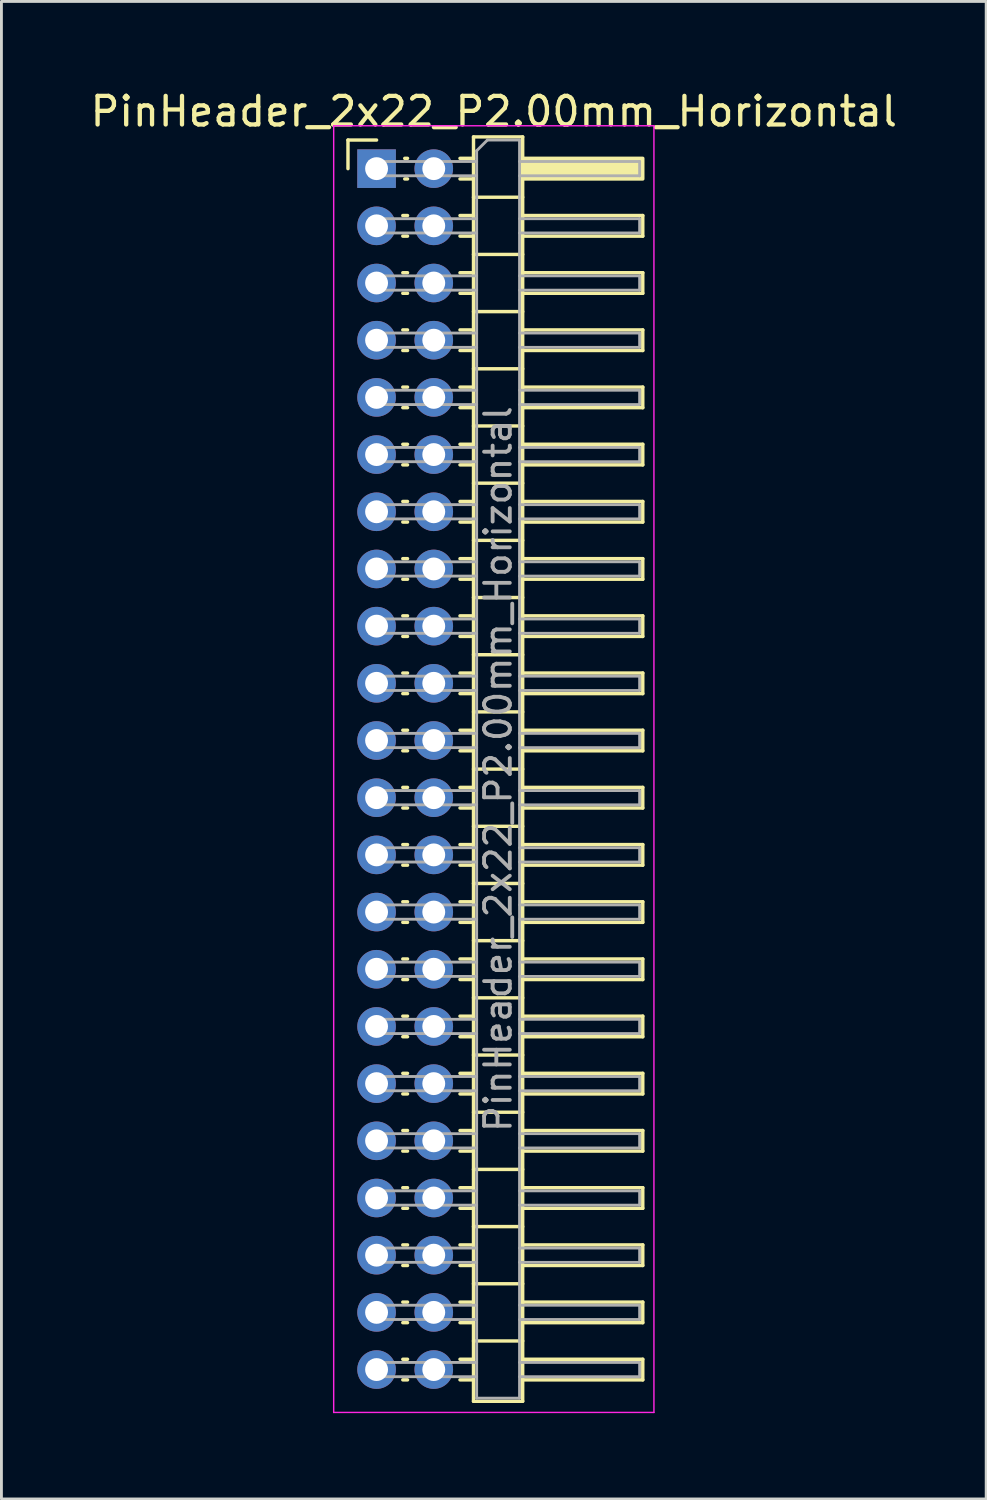
<source format=kicad_pcb>
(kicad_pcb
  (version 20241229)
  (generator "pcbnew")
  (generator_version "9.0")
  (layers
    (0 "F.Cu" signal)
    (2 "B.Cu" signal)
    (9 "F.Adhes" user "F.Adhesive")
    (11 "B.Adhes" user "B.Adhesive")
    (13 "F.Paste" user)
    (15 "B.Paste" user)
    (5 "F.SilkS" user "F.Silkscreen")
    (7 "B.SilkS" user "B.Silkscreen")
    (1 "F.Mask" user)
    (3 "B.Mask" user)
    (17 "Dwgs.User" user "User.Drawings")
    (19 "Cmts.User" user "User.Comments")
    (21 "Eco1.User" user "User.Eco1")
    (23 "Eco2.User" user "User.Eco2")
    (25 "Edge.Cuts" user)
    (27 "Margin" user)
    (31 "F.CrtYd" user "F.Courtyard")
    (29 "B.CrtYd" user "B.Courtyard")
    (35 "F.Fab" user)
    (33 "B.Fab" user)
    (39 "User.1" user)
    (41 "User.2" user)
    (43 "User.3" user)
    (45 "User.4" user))
  (footprint "PinHeader_2x22_P2.00mm_Horizontal"
    (layer "F.Cu")
    (at 10.12 2.848)
    (property "Reference" "PinHeader_2x22_P2.00mm_Horizontal" (at 4.1 -2 0) (layer "F.SilkS") (effects (font (size 1 1) (thickness 0.15))))
    (attr through_hole)
    (fp_line (start -1 -1) (end 0 -1) (stroke (width 0.12) (type solid)) (layer "F.SilkS"))
    (fp_line (start -1 0) (end -1 -1) (stroke (width 0.12) (type solid)) (layer "F.SilkS"))
    (fp_line (start 0.917 1.64) (end 1.083 1.64) (stroke (width 0.12) (type solid)) (layer "F.SilkS"))
    (fp_line (start 0.917 2.36) (end 1.083 2.36) (stroke (width 0.12) (type solid)) (layer "F.SilkS"))
    (fp_line (start 0.917 3.64) (end 1.083 3.64) (stroke (width 0.12) (type solid)) (layer "F.SilkS"))
    (fp_line (start 0.917 4.36) (end 1.083 4.36) (stroke (width 0.12) (type solid)) (layer "F.SilkS"))
    (fp_line (start 0.917 5.64) (end 1.083 5.64) (stroke (width 0.12) (type solid)) (layer "F.SilkS"))
    (fp_line (start 0.917 6.36) (end 1.083 6.36) (stroke (width 0.12) (type solid)) (layer "F.SilkS"))
    (fp_line (start 0.917 7.64) (end 1.083 7.64) (stroke (width 0.12) (type solid)) (layer "F.SilkS"))
    (fp_line (start 0.917 8.36) (end 1.083 8.36) (stroke (width 0.12) (type solid)) (layer "F.SilkS"))
    (fp_line (start 0.917 9.64) (end 1.083 9.64) (stroke (width 0.12) (type solid)) (layer "F.SilkS"))
    (fp_line (start 0.917 10.36) (end 1.083 10.36) (stroke (width 0.12) (type solid)) (layer "F.SilkS"))
    (fp_line (start 0.917 11.64) (end 1.083 11.64) (stroke (width 0.12) (type solid)) (layer "F.SilkS"))
    (fp_line (start 0.917 12.36) (end 1.083 12.36) (stroke (width 0.12) (type solid)) (layer "F.SilkS"))
    (fp_line (start 0.917 13.64) (end 1.083 13.64) (stroke (width 0.12) (type solid)) (layer "F.SilkS"))
    (fp_line (start 0.917 14.36) (end 1.083 14.36) (stroke (width 0.12) (type solid)) (layer "F.SilkS"))
    (fp_line (start 0.917 15.64) (end 1.083 15.64) (stroke (width 0.12) (type solid)) (layer "F.SilkS"))
    (fp_line (start 0.917 16.36) (end 1.083 16.36) (stroke (width 0.12) (type solid)) (layer "F.SilkS"))
    (fp_line (start 0.917 17.64) (end 1.083 17.64) (stroke (width 0.12) (type solid)) (layer "F.SilkS"))
    (fp_line (start 0.917 18.36) (end 1.083 18.36) (stroke (width 0.12) (type solid)) (layer "F.SilkS"))
    (fp_line (start 0.917 19.64) (end 1.083 19.64) (stroke (width 0.12) (type solid)) (layer "F.SilkS"))
    (fp_line (start 0.917 20.36) (end 1.083 20.36) (stroke (width 0.12) (type solid)) (layer "F.SilkS"))
    (fp_line (start 0.917 21.64) (end 1.083 21.64) (stroke (width 0.12) (type solid)) (layer "F.SilkS"))
    (fp_line (start 0.917 22.36) (end 1.083 22.36) (stroke (width 0.12) (type solid)) (layer "F.SilkS"))
    (fp_line (start 0.917 23.64) (end 1.083 23.64) (stroke (width 0.12) (type solid)) (layer "F.SilkS"))
    (fp_line (start 0.917 24.36) (end 1.083 24.36) (stroke (width 0.12) (type solid)) (layer "F.SilkS"))
    (fp_line (start 0.917 25.64) (end 1.083 25.64) (stroke (width 0.12) (type solid)) (layer "F.SilkS"))
    (fp_line (start 0.917 26.36) (end 1.083 26.36) (stroke (width 0.12) (type solid)) (layer "F.SilkS"))
    (fp_line (start 0.917 27.64) (end 1.083 27.64) (stroke (width 0.12) (type solid)) (layer "F.SilkS"))
    (fp_line (start 0.917 28.36) (end 1.083 28.36) (stroke (width 0.12) (type solid)) (layer "F.SilkS"))
    (fp_line (start 0.917 29.64) (end 1.083 29.64) (stroke (width 0.12) (type solid)) (layer "F.SilkS"))
    (fp_line (start 0.917 30.36) (end 1.083 30.36) (stroke (width 0.12) (type solid)) (layer "F.SilkS"))
    (fp_line (start 0.917 31.64) (end 1.083 31.64) (stroke (width 0.12) (type solid)) (layer "F.SilkS"))
    (fp_line (start 0.917 32.36) (end 1.083 32.36) (stroke (width 0.12) (type solid)) (layer "F.SilkS"))
    (fp_line (start 0.917 33.64) (end 1.083 33.64) (stroke (width 0.12) (type solid)) (layer "F.SilkS"))
    (fp_line (start 0.917 34.36) (end 1.083 34.36) (stroke (width 0.12) (type solid)) (layer "F.SilkS"))
    (fp_line (start 0.917 35.64) (end 1.083 35.64) (stroke (width 0.12) (type solid)) (layer "F.SilkS"))
    (fp_line (start 0.917 36.36) (end 1.083 36.36) (stroke (width 0.12) (type solid)) (layer "F.SilkS"))
    (fp_line (start 0.917 37.64) (end 1.083 37.64) (stroke (width 0.12) (type solid)) (layer "F.SilkS"))
    (fp_line (start 0.917 38.36) (end 1.083 38.36) (stroke (width 0.12) (type solid)) (layer "F.SilkS"))
    (fp_line (start 0.917 39.64) (end 1.083 39.64) (stroke (width 0.12) (type solid)) (layer "F.SilkS"))
    (fp_line (start 0.917 40.36) (end 1.083 40.36) (stroke (width 0.12) (type solid)) (layer "F.SilkS"))
    (fp_line (start 0.917 41.64) (end 1.083 41.64) (stroke (width 0.12) (type solid)) (layer "F.SilkS"))
    (fp_line (start 0.917 42.36) (end 1.083 42.36) (stroke (width 0.12) (type solid)) (layer "F.SilkS"))
    (fp_line (start 0.985 -0.36) (end 1.083 -0.36) (stroke (width 0.12) (type solid)) (layer "F.SilkS"))
    (fp_line (start 0.985 0.36) (end 1.083 0.36) (stroke (width 0.12) (type solid)) (layer "F.SilkS"))
    (fp_line (start 2.917 -0.36) (end 3.39 -0.36) (stroke (width 0.12) (type solid)) (layer "F.SilkS"))
    (fp_line (start 2.917 0.36) (end 3.39 0.36) (stroke (width 0.12) (type solid)) (layer "F.SilkS"))
    (fp_line (start 2.917 1.64) (end 3.39 1.64) (stroke (width 0.12) (type solid)) (layer "F.SilkS"))
    (fp_line (start 2.917 2.36) (end 3.39 2.36) (stroke (width 0.12) (type solid)) (layer "F.SilkS"))
    (fp_line (start 2.917 3.64) (end 3.39 3.64) (stroke (width 0.12) (type solid)) (layer "F.SilkS"))
    (fp_line (start 2.917 4.36) (end 3.39 4.36) (stroke (width 0.12) (type solid)) (layer "F.SilkS"))
    (fp_line (start 2.917 5.64) (end 3.39 5.64) (stroke (width 0.12) (type solid)) (layer "F.SilkS"))
    (fp_line (start 2.917 6.36) (end 3.39 6.36) (stroke (width 0.12) (type solid)) (layer "F.SilkS"))
    (fp_line (start 2.917 7.64) (end 3.39 7.64) (stroke (width 0.12) (type solid)) (layer "F.SilkS"))
    (fp_line (start 2.917 8.36) (end 3.39 8.36) (stroke (width 0.12) (type solid)) (layer "F.SilkS"))
    (fp_line (start 2.917 9.64) (end 3.39 9.64) (stroke (width 0.12) (type solid)) (layer "F.SilkS"))
    (fp_line (start 2.917 10.36) (end 3.39 10.36) (stroke (width 0.12) (type solid)) (layer "F.SilkS"))
    (fp_line (start 2.917 11.64) (end 3.39 11.64) (stroke (width 0.12) (type solid)) (layer "F.SilkS"))
    (fp_line (start 2.917 12.36) (end 3.39 12.36) (stroke (width 0.12) (type solid)) (layer "F.SilkS"))
    (fp_line (start 2.917 13.64) (end 3.39 13.64) (stroke (width 0.12) (type solid)) (layer "F.SilkS"))
    (fp_line (start 2.917 14.36) (end 3.39 14.36) (stroke (width 0.12) (type solid)) (layer "F.SilkS"))
    (fp_line (start 2.917 15.64) (end 3.39 15.64) (stroke (width 0.12) (type solid)) (layer "F.SilkS"))
    (fp_line (start 2.917 16.36) (end 3.39 16.36) (stroke (width 0.12) (type solid)) (layer "F.SilkS"))
    (fp_line (start 2.917 17.64) (end 3.39 17.64) (stroke (width 0.12) (type solid)) (layer "F.SilkS"))
    (fp_line (start 2.917 18.36) (end 3.39 18.36) (stroke (width 0.12) (type solid)) (layer "F.SilkS"))
    (fp_line (start 2.917 19.64) (end 3.39 19.64) (stroke (width 0.12) (type solid)) (layer "F.SilkS"))
    (fp_line (start 2.917 20.36) (end 3.39 20.36) (stroke (width 0.12) (type solid)) (layer "F.SilkS"))
    (fp_line (start 2.917 21.64) (end 3.39 21.64) (stroke (width 0.12) (type solid)) (layer "F.SilkS"))
    (fp_line (start 2.917 22.36) (end 3.39 22.36) (stroke (width 0.12) (type solid)) (layer "F.SilkS"))
    (fp_line (start 2.917 23.64) (end 3.39 23.64) (stroke (width 0.12) (type solid)) (layer "F.SilkS"))
    (fp_line (start 2.917 24.36) (end 3.39 24.36) (stroke (width 0.12) (type solid)) (layer "F.SilkS"))
    (fp_line (start 2.917 25.64) (end 3.39 25.64) (stroke (width 0.12) (type solid)) (layer "F.SilkS"))
    (fp_line (start 2.917 26.36) (end 3.39 26.36) (stroke (width 0.12) (type solid)) (layer "F.SilkS"))
    (fp_line (start 2.917 27.64) (end 3.39 27.64) (stroke (width 0.12) (type solid)) (layer "F.SilkS"))
    (fp_line (start 2.917 28.36) (end 3.39 28.36) (stroke (width 0.12) (type solid)) (layer "F.SilkS"))
    (fp_line (start 2.917 29.64) (end 3.39 29.64) (stroke (width 0.12) (type solid)) (layer "F.SilkS"))
    (fp_line (start 2.917 30.36) (end 3.39 30.36) (stroke (width 0.12) (type solid)) (layer "F.SilkS"))
    (fp_line (start 2.917 31.64) (end 3.39 31.64) (stroke (width 0.12) (type solid)) (layer "F.SilkS"))
    (fp_line (start 2.917 32.36) (end 3.39 32.36) (stroke (width 0.12) (type solid)) (layer "F.SilkS"))
    (fp_line (start 2.917 33.64) (end 3.39 33.64) (stroke (width 0.12) (type solid)) (layer "F.SilkS"))
    (fp_line (start 2.917 34.36) (end 3.39 34.36) (stroke (width 0.12) (type solid)) (layer "F.SilkS"))
    (fp_line (start 2.917 35.64) (end 3.39 35.64) (stroke (width 0.12) (type solid)) (layer "F.SilkS"))
    (fp_line (start 2.917 36.36) (end 3.39 36.36) (stroke (width 0.12) (type solid)) (layer "F.SilkS"))
    (fp_line (start 2.917 37.64) (end 3.39 37.64) (stroke (width 0.12) (type solid)) (layer "F.SilkS"))
    (fp_line (start 2.917 38.36) (end 3.39 38.36) (stroke (width 0.12) (type solid)) (layer "F.SilkS"))
    (fp_line (start 2.917 39.64) (end 3.39 39.64) (stroke (width 0.12) (type solid)) (layer "F.SilkS"))
    (fp_line (start 2.917 40.36) (end 3.39 40.36) (stroke (width 0.12) (type solid)) (layer "F.SilkS"))
    (fp_line (start 2.917 41.64) (end 3.39 41.64) (stroke (width 0.12) (type solid)) (layer "F.SilkS"))
    (fp_line (start 2.917 42.36) (end 3.39 42.36) (stroke (width 0.12) (type solid)) (layer "F.SilkS"))
    (fp_line (start 3.39 -1.11) (end 3.39 43.11) (stroke (width 0.12) (type solid)) (layer "F.SilkS"))
    (fp_line (start 3.39 1) (end 5.11 1) (stroke (width 0.12) (type solid)) (layer "F.SilkS"))
    (fp_line (start 3.39 3) (end 5.11 3) (stroke (width 0.12) (type solid)) (layer "F.SilkS"))
    (fp_line (start 3.39 5) (end 5.11 5) (stroke (width 0.12) (type solid)) (layer "F.SilkS"))
    (fp_line (start 3.39 7) (end 5.11 7) (stroke (width 0.12) (type solid)) (layer "F.SilkS"))
    (fp_line (start 3.39 9) (end 5.11 9) (stroke (width 0.12) (type solid)) (layer "F.SilkS"))
    (fp_line (start 3.39 11) (end 5.11 11) (stroke (width 0.12) (type solid)) (layer "F.SilkS"))
    (fp_line (start 3.39 13) (end 5.11 13) (stroke (width 0.12) (type solid)) (layer "F.SilkS"))
    (fp_line (start 3.39 15) (end 5.11 15) (stroke (width 0.12) (type solid)) (layer "F.SilkS"))
    (fp_line (start 3.39 17) (end 5.11 17) (stroke (width 0.12) (type solid)) (layer "F.SilkS"))
    (fp_line (start 3.39 19) (end 5.11 19) (stroke (width 0.12) (type solid)) (layer "F.SilkS"))
    (fp_line (start 3.39 21) (end 5.11 21) (stroke (width 0.12) (type solid)) (layer "F.SilkS"))
    (fp_line (start 3.39 23) (end 5.11 23) (stroke (width 0.12) (type solid)) (layer "F.SilkS"))
    (fp_line (start 3.39 25) (end 5.11 25) (stroke (width 0.12) (type solid)) (layer "F.SilkS"))
    (fp_line (start 3.39 27) (end 5.11 27) (stroke (width 0.12) (type solid)) (layer "F.SilkS"))
    (fp_line (start 3.39 29) (end 5.11 29) (stroke (width 0.12) (type solid)) (layer "F.SilkS"))
    (fp_line (start 3.39 31) (end 5.11 31) (stroke (width 0.12) (type solid)) (layer "F.SilkS"))
    (fp_line (start 3.39 33) (end 5.11 33) (stroke (width 0.12) (type solid)) (layer "F.SilkS"))
    (fp_line (start 3.39 35) (end 5.11 35) (stroke (width 0.12) (type solid)) (layer "F.SilkS"))
    (fp_line (start 3.39 37) (end 5.11 37) (stroke (width 0.12) (type solid)) (layer "F.SilkS"))
    (fp_line (start 3.39 39) (end 5.11 39) (stroke (width 0.12) (type solid)) (layer "F.SilkS"))
    (fp_line (start 3.39 41) (end 5.11 41) (stroke (width 0.12) (type solid)) (layer "F.SilkS"))
    (fp_line (start 3.39 43.11) (end 5.11 43.11) (stroke (width 0.12) (type solid)) (layer "F.SilkS"))
    (fp_line (start 5.11 -1.11) (end 3.39 -1.11) (stroke (width 0.12) (type solid)) (layer "F.SilkS"))
    (fp_line (start 5.11 1.64) (end 9.31 1.64) (stroke (width 0.12) (type solid)) (layer "F.SilkS"))
    (fp_line (start 5.11 3.64) (end 9.31 3.64) (stroke (width 0.12) (type solid)) (layer "F.SilkS"))
    (fp_line (start 5.11 5.64) (end 9.31 5.64) (stroke (width 0.12) (type solid)) (layer "F.SilkS"))
    (fp_line (start 5.11 7.64) (end 9.31 7.64) (stroke (width 0.12) (type solid)) (layer "F.SilkS"))
    (fp_line (start 5.11 9.64) (end 9.31 9.64) (stroke (width 0.12) (type solid)) (layer "F.SilkS"))
    (fp_line (start 5.11 11.64) (end 9.31 11.64) (stroke (width 0.12) (type solid)) (layer "F.SilkS"))
    (fp_line (start 5.11 13.64) (end 9.31 13.64) (stroke (width 0.12) (type solid)) (layer "F.SilkS"))
    (fp_line (start 5.11 15.64) (end 9.31 15.64) (stroke (width 0.12) (type solid)) (layer "F.SilkS"))
    (fp_line (start 5.11 17.64) (end 9.31 17.64) (stroke (width 0.12) (type solid)) (layer "F.SilkS"))
    (fp_line (start 5.11 19.64) (end 9.31 19.64) (stroke (width 0.12) (type solid)) (layer "F.SilkS"))
    (fp_line (start 5.11 21.64) (end 9.31 21.64) (stroke (width 0.12) (type solid)) (layer "F.SilkS"))
    (fp_line (start 5.11 23.64) (end 9.31 23.64) (stroke (width 0.12) (type solid)) (layer "F.SilkS"))
    (fp_line (start 5.11 25.64) (end 9.31 25.64) (stroke (width 0.12) (type solid)) (layer "F.SilkS"))
    (fp_line (start 5.11 27.64) (end 9.31 27.64) (stroke (width 0.12) (type solid)) (layer "F.SilkS"))
    (fp_line (start 5.11 29.64) (end 9.31 29.64) (stroke (width 0.12) (type solid)) (layer "F.SilkS"))
    (fp_line (start 5.11 31.64) (end 9.31 31.64) (stroke (width 0.12) (type solid)) (layer "F.SilkS"))
    (fp_line (start 5.11 33.64) (end 9.31 33.64) (stroke (width 0.12) (type solid)) (layer "F.SilkS"))
    (fp_line (start 5.11 35.64) (end 9.31 35.64) (stroke (width 0.12) (type solid)) (layer "F.SilkS"))
    (fp_line (start 5.11 37.64) (end 9.31 37.64) (stroke (width 0.12) (type solid)) (layer "F.SilkS"))
    (fp_line (start 5.11 39.64) (end 9.31 39.64) (stroke (width 0.12) (type solid)) (layer "F.SilkS"))
    (fp_line (start 5.11 41.64) (end 9.31 41.64) (stroke (width 0.12) (type solid)) (layer "F.SilkS"))
    (fp_line (start 5.11 43.11) (end 5.11 -1.11) (stroke (width 0.12) (type solid)) (layer "F.SilkS"))
    (fp_line (start 9.31 1.64) (end 9.31 2.36) (stroke (width 0.12) (type solid)) (layer "F.SilkS"))
    (fp_line (start 9.31 2.36) (end 5.11 2.36) (stroke (width 0.12) (type solid)) (layer "F.SilkS"))
    (fp_line (start 9.31 3.64) (end 9.31 4.36) (stroke (width 0.12) (type solid)) (layer "F.SilkS"))
    (fp_line (start 9.31 4.36) (end 5.11 4.36) (stroke (width 0.12) (type solid)) (layer "F.SilkS"))
    (fp_line (start 9.31 5.64) (end 9.31 6.36) (stroke (width 0.12) (type solid)) (layer "F.SilkS"))
    (fp_line (start 9.31 6.36) (end 5.11 6.36) (stroke (width 0.12) (type solid)) (layer "F.SilkS"))
    (fp_line (start 9.31 7.64) (end 9.31 8.36) (stroke (width 0.12) (type solid)) (layer "F.SilkS"))
    (fp_line (start 9.31 8.36) (end 5.11 8.36) (stroke (width 0.12) (type solid)) (layer "F.SilkS"))
    (fp_line (start 9.31 9.64) (end 9.31 10.36) (stroke (width 0.12) (type solid)) (layer "F.SilkS"))
    (fp_line (start 9.31 10.36) (end 5.11 10.36) (stroke (width 0.12) (type solid)) (layer "F.SilkS"))
    (fp_line (start 9.31 11.64) (end 9.31 12.36) (stroke (width 0.12) (type solid)) (layer "F.SilkS"))
    (fp_line (start 9.31 12.36) (end 5.11 12.36) (stroke (width 0.12) (type solid)) (layer "F.SilkS"))
    (fp_line (start 9.31 13.64) (end 9.31 14.36) (stroke (width 0.12) (type solid)) (layer "F.SilkS"))
    (fp_line (start 9.31 14.36) (end 5.11 14.36) (stroke (width 0.12) (type solid)) (layer "F.SilkS"))
    (fp_line (start 9.31 15.64) (end 9.31 16.36) (stroke (width 0.12) (type solid)) (layer "F.SilkS"))
    (fp_line (start 9.31 16.36) (end 5.11 16.36) (stroke (width 0.12) (type solid)) (layer "F.SilkS"))
    (fp_line (start 9.31 17.64) (end 9.31 18.36) (stroke (width 0.12) (type solid)) (layer "F.SilkS"))
    (fp_line (start 9.31 18.36) (end 5.11 18.36) (stroke (width 0.12) (type solid)) (layer "F.SilkS"))
    (fp_line (start 9.31 19.64) (end 9.31 20.36) (stroke (width 0.12) (type solid)) (layer "F.SilkS"))
    (fp_line (start 9.31 20.36) (end 5.11 20.36) (stroke (width 0.12) (type solid)) (layer "F.SilkS"))
    (fp_line (start 9.31 21.64) (end 9.31 22.36) (stroke (width 0.12) (type solid)) (layer "F.SilkS"))
    (fp_line (start 9.31 22.36) (end 5.11 22.36) (stroke (width 0.12) (type solid)) (layer "F.SilkS"))
    (fp_line (start 9.31 23.64) (end 9.31 24.36) (stroke (width 0.12) (type solid)) (layer "F.SilkS"))
    (fp_line (start 9.31 24.36) (end 5.11 24.36) (stroke (width 0.12) (type solid)) (layer "F.SilkS"))
    (fp_line (start 9.31 25.64) (end 9.31 26.36) (stroke (width 0.12) (type solid)) (layer "F.SilkS"))
    (fp_line (start 9.31 26.36) (end 5.11 26.36) (stroke (width 0.12) (type solid)) (layer "F.SilkS"))
    (fp_line (start 9.31 27.64) (end 9.31 28.36) (stroke (width 0.12) (type solid)) (layer "F.SilkS"))
    (fp_line (start 9.31 28.36) (end 5.11 28.36) (stroke (width 0.12) (type solid)) (layer "F.SilkS"))
    (fp_line (start 9.31 29.64) (end 9.31 30.36) (stroke (width 0.12) (type solid)) (layer "F.SilkS"))
    (fp_line (start 9.31 30.36) (end 5.11 30.36) (stroke (width 0.12) (type solid)) (layer "F.SilkS"))
    (fp_line (start 9.31 31.64) (end 9.31 32.36) (stroke (width 0.12) (type solid)) (layer "F.SilkS"))
    (fp_line (start 9.31 32.36) (end 5.11 32.36) (stroke (width 0.12) (type solid)) (layer "F.SilkS"))
    (fp_line (start 9.31 33.64) (end 9.31 34.36) (stroke (width 0.12) (type solid)) (layer "F.SilkS"))
    (fp_line (start 9.31 34.36) (end 5.11 34.36) (stroke (width 0.12) (type solid)) (layer "F.SilkS"))
    (fp_line (start 9.31 35.64) (end 9.31 36.36) (stroke (width 0.12) (type solid)) (layer "F.SilkS"))
    (fp_line (start 9.31 36.36) (end 5.11 36.36) (stroke (width 0.12) (type solid)) (layer "F.SilkS"))
    (fp_line (start 9.31 37.64) (end 9.31 38.36) (stroke (width 0.12) (type solid)) (layer "F.SilkS"))
    (fp_line (start 9.31 38.36) (end 5.11 38.36) (stroke (width 0.12) (type solid)) (layer "F.SilkS"))
    (fp_line (start 9.31 39.64) (end 9.31 40.36) (stroke (width 0.12) (type solid)) (layer "F.SilkS"))
    (fp_line (start 9.31 40.36) (end 5.11 40.36) (stroke (width 0.12) (type solid)) (layer "F.SilkS"))
    (fp_line (start 9.31 41.64) (end 9.31 42.36) (stroke (width 0.12) (type solid)) (layer "F.SilkS"))
    (fp_line (start 9.31 42.36) (end 5.11 42.36) (stroke (width 0.12) (type solid)) (layer "F.SilkS"))
    (fp_rect (start 5.11 -0.36) (end 9.31 0.36) (stroke (width 0.12) (type solid)) (fill yes) (layer "F.SilkS"))
    (fp_line (start -1.5 -1.5) (end -1.5 43.5) (stroke (width 0.05) (type solid)) (layer "F.CrtYd"))
    (fp_line (start -1.5 43.5) (end 9.7 43.5) (stroke (width 0.05) (type solid)) (layer "F.CrtYd"))
    (fp_line (start 9.7 -1.5) (end -1.5 -1.5) (stroke (width 0.05) (type solid)) (layer "F.CrtYd"))
    (fp_line (start 9.7 43.5) (end 9.7 -1.5) (stroke (width 0.05) (type solid)) (layer "F.CrtYd"))
    (fp_line (start -0.25 -0.25) (end -0.25 0.25) (stroke (width 0.1) (type solid)) (layer "F.Fab"))
    (fp_line (start -0.25 -0.25) (end 3.5 -0.25) (stroke (width 0.1) (type solid)) (layer "F.Fab"))
    (fp_line (start -0.25 0.25) (end 3.5 0.25) (stroke (width 0.1) (type solid)) (layer "F.Fab"))
    (fp_line (start -0.25 1.75) (end -0.25 2.25) (stroke (width 0.1) (type solid)) (layer "F.Fab"))
    (fp_line (start -0.25 1.75) (end 3.5 1.75) (stroke (width 0.1) (type solid)) (layer "F.Fab"))
    (fp_line (start -0.25 2.25) (end 3.5 2.25) (stroke (width 0.1) (type solid)) (layer "F.Fab"))
    (fp_line (start -0.25 3.75) (end -0.25 4.25) (stroke (width 0.1) (type solid)) (layer "F.Fab"))
    (fp_line (start -0.25 3.75) (end 3.5 3.75) (stroke (width 0.1) (type solid)) (layer "F.Fab"))
    (fp_line (start -0.25 4.25) (end 3.5 4.25) (stroke (width 0.1) (type solid)) (layer "F.Fab"))
    (fp_line (start -0.25 5.75) (end -0.25 6.25) (stroke (width 0.1) (type solid)) (layer "F.Fab"))
    (fp_line (start -0.25 5.75) (end 3.5 5.75) (stroke (width 0.1) (type solid)) (layer "F.Fab"))
    (fp_line (start -0.25 6.25) (end 3.5 6.25) (stroke (width 0.1) (type solid)) (layer "F.Fab"))
    (fp_line (start -0.25 7.75) (end -0.25 8.25) (stroke (width 0.1) (type solid)) (layer "F.Fab"))
    (fp_line (start -0.25 7.75) (end 3.5 7.75) (stroke (width 0.1) (type solid)) (layer "F.Fab"))
    (fp_line (start -0.25 8.25) (end 3.5 8.25) (stroke (width 0.1) (type solid)) (layer "F.Fab"))
    (fp_line (start -0.25 9.75) (end -0.25 10.25) (stroke (width 0.1) (type solid)) (layer "F.Fab"))
    (fp_line (start -0.25 9.75) (end 3.5 9.75) (stroke (width 0.1) (type solid)) (layer "F.Fab"))
    (fp_line (start -0.25 10.25) (end 3.5 10.25) (stroke (width 0.1) (type solid)) (layer "F.Fab"))
    (fp_line (start -0.25 11.75) (end -0.25 12.25) (stroke (width 0.1) (type solid)) (layer "F.Fab"))
    (fp_line (start -0.25 11.75) (end 3.5 11.75) (stroke (width 0.1) (type solid)) (layer "F.Fab"))
    (fp_line (start -0.25 12.25) (end 3.5 12.25) (stroke (width 0.1) (type solid)) (layer "F.Fab"))
    (fp_line (start -0.25 13.75) (end -0.25 14.25) (stroke (width 0.1) (type solid)) (layer "F.Fab"))
    (fp_line (start -0.25 13.75) (end 3.5 13.75) (stroke (width 0.1) (type solid)) (layer "F.Fab"))
    (fp_line (start -0.25 14.25) (end 3.5 14.25) (stroke (width 0.1) (type solid)) (layer "F.Fab"))
    (fp_line (start -0.25 15.75) (end -0.25 16.25) (stroke (width 0.1) (type solid)) (layer "F.Fab"))
    (fp_line (start -0.25 15.75) (end 3.5 15.75) (stroke (width 0.1) (type solid)) (layer "F.Fab"))
    (fp_line (start -0.25 16.25) (end 3.5 16.25) (stroke (width 0.1) (type solid)) (layer "F.Fab"))
    (fp_line (start -0.25 17.75) (end -0.25 18.25) (stroke (width 0.1) (type solid)) (layer "F.Fab"))
    (fp_line (start -0.25 17.75) (end 3.5 17.75) (stroke (width 0.1) (type solid)) (layer "F.Fab"))
    (fp_line (start -0.25 18.25) (end 3.5 18.25) (stroke (width 0.1) (type solid)) (layer "F.Fab"))
    (fp_line (start -0.25 19.75) (end -0.25 20.25) (stroke (width 0.1) (type solid)) (layer "F.Fab"))
    (fp_line (start -0.25 19.75) (end 3.5 19.75) (stroke (width 0.1) (type solid)) (layer "F.Fab"))
    (fp_line (start -0.25 20.25) (end 3.5 20.25) (stroke (width 0.1) (type solid)) (layer "F.Fab"))
    (fp_line (start -0.25 21.75) (end -0.25 22.25) (stroke (width 0.1) (type solid)) (layer "F.Fab"))
    (fp_line (start -0.25 21.75) (end 3.5 21.75) (stroke (width 0.1) (type solid)) (layer "F.Fab"))
    (fp_line (start -0.25 22.25) (end 3.5 22.25) (stroke (width 0.1) (type solid)) (layer "F.Fab"))
    (fp_line (start -0.25 23.75) (end -0.25 24.25) (stroke (width 0.1) (type solid)) (layer "F.Fab"))
    (fp_line (start -0.25 23.75) (end 3.5 23.75) (stroke (width 0.1) (type solid)) (layer "F.Fab"))
    (fp_line (start -0.25 24.25) (end 3.5 24.25) (stroke (width 0.1) (type solid)) (layer "F.Fab"))
    (fp_line (start -0.25 25.75) (end -0.25 26.25) (stroke (width 0.1) (type solid)) (layer "F.Fab"))
    (fp_line (start -0.25 25.75) (end 3.5 25.75) (stroke (width 0.1) (type solid)) (layer "F.Fab"))
    (fp_line (start -0.25 26.25) (end 3.5 26.25) (stroke (width 0.1) (type solid)) (layer "F.Fab"))
    (fp_line (start -0.25 27.75) (end -0.25 28.25) (stroke (width 0.1) (type solid)) (layer "F.Fab"))
    (fp_line (start -0.25 27.75) (end 3.5 27.75) (stroke (width 0.1) (type solid)) (layer "F.Fab"))
    (fp_line (start -0.25 28.25) (end 3.5 28.25) (stroke (width 0.1) (type solid)) (layer "F.Fab"))
    (fp_line (start -0.25 29.75) (end -0.25 30.25) (stroke (width 0.1) (type solid)) (layer "F.Fab"))
    (fp_line (start -0.25 29.75) (end 3.5 29.75) (stroke (width 0.1) (type solid)) (layer "F.Fab"))
    (fp_line (start -0.25 30.25) (end 3.5 30.25) (stroke (width 0.1) (type solid)) (layer "F.Fab"))
    (fp_line (start -0.25 31.75) (end -0.25 32.25) (stroke (width 0.1) (type solid)) (layer "F.Fab"))
    (fp_line (start -0.25 31.75) (end 3.5 31.75) (stroke (width 0.1) (type solid)) (layer "F.Fab"))
    (fp_line (start -0.25 32.25) (end 3.5 32.25) (stroke (width 0.1) (type solid)) (layer "F.Fab"))
    (fp_line (start -0.25 33.75) (end -0.25 34.25) (stroke (width 0.1) (type solid)) (layer "F.Fab"))
    (fp_line (start -0.25 33.75) (end 3.5 33.75) (stroke (width 0.1) (type solid)) (layer "F.Fab"))
    (fp_line (start -0.25 34.25) (end 3.5 34.25) (stroke (width 0.1) (type solid)) (layer "F.Fab"))
    (fp_line (start -0.25 35.75) (end -0.25 36.25) (stroke (width 0.1) (type solid)) (layer "F.Fab"))
    (fp_line (start -0.25 35.75) (end 3.5 35.75) (stroke (width 0.1) (type solid)) (layer "F.Fab"))
    (fp_line (start -0.25 36.25) (end 3.5 36.25) (stroke (width 0.1) (type solid)) (layer "F.Fab"))
    (fp_line (start -0.25 37.75) (end -0.25 38.25) (stroke (width 0.1) (type solid)) (layer "F.Fab"))
    (fp_line (start -0.25 37.75) (end 3.5 37.75) (stroke (width 0.1) (type solid)) (layer "F.Fab"))
    (fp_line (start -0.25 38.25) (end 3.5 38.25) (stroke (width 0.1) (type solid)) (layer "F.Fab"))
    (fp_line (start -0.25 39.75) (end -0.25 40.25) (stroke (width 0.1) (type solid)) (layer "F.Fab"))
    (fp_line (start -0.25 39.75) (end 3.5 39.75) (stroke (width 0.1) (type solid)) (layer "F.Fab"))
    (fp_line (start -0.25 40.25) (end 3.5 40.25) (stroke (width 0.1) (type solid)) (layer "F.Fab"))
    (fp_line (start -0.25 41.75) (end -0.25 42.25) (stroke (width 0.1) (type solid)) (layer "F.Fab"))
    (fp_line (start -0.25 41.75) (end 3.5 41.75) (stroke (width 0.1) (type solid)) (layer "F.Fab"))
    (fp_line (start -0.25 42.25) (end 3.5 42.25) (stroke (width 0.1) (type solid)) (layer "F.Fab"))
    (fp_line (start 3.5 -0.625) (end 3.875 -1) (stroke (width 0.1) (type solid)) (layer "F.Fab"))
    (fp_line (start 3.5 43) (end 3.5 -0.625) (stroke (width 0.1) (type solid)) (layer "F.Fab"))
    (fp_line (start 3.875 -1) (end 5 -1) (stroke (width 0.1) (type solid)) (layer "F.Fab"))
    (fp_line (start 5 -1) (end 5 43) (stroke (width 0.1) (type solid)) (layer "F.Fab"))
    (fp_line (start 5 -0.25) (end 9.2 -0.25) (stroke (width 0.1) (type solid)) (layer "F.Fab"))
    (fp_line (start 5 0.25) (end 9.2 0.25) (stroke (width 0.1) (type solid)) (layer "F.Fab"))
    (fp_line (start 5 1.75) (end 9.2 1.75) (stroke (width 0.1) (type solid)) (layer "F.Fab"))
    (fp_line (start 5 2.25) (end 9.2 2.25) (stroke (width 0.1) (type solid)) (layer "F.Fab"))
    (fp_line (start 5 3.75) (end 9.2 3.75) (stroke (width 0.1) (type solid)) (layer "F.Fab"))
    (fp_line (start 5 4.25) (end 9.2 4.25) (stroke (width 0.1) (type solid)) (layer "F.Fab"))
    (fp_line (start 5 5.75) (end 9.2 5.75) (stroke (width 0.1) (type solid)) (layer "F.Fab"))
    (fp_line (start 5 6.25) (end 9.2 6.25) (stroke (width 0.1) (type solid)) (layer "F.Fab"))
    (fp_line (start 5 7.75) (end 9.2 7.75) (stroke (width 0.1) (type solid)) (layer "F.Fab"))
    (fp_line (start 5 8.25) (end 9.2 8.25) (stroke (width 0.1) (type solid)) (layer "F.Fab"))
    (fp_line (start 5 9.75) (end 9.2 9.75) (stroke (width 0.1) (type solid)) (layer "F.Fab"))
    (fp_line (start 5 10.25) (end 9.2 10.25) (stroke (width 0.1) (type solid)) (layer "F.Fab"))
    (fp_line (start 5 11.75) (end 9.2 11.75) (stroke (width 0.1) (type solid)) (layer "F.Fab"))
    (fp_line (start 5 12.25) (end 9.2 12.25) (stroke (width 0.1) (type solid)) (layer "F.Fab"))
    (fp_line (start 5 13.75) (end 9.2 13.75) (stroke (width 0.1) (type solid)) (layer "F.Fab"))
    (fp_line (start 5 14.25) (end 9.2 14.25) (stroke (width 0.1) (type solid)) (layer "F.Fab"))
    (fp_line (start 5 15.75) (end 9.2 15.75) (stroke (width 0.1) (type solid)) (layer "F.Fab"))
    (fp_line (start 5 16.25) (end 9.2 16.25) (stroke (width 0.1) (type solid)) (layer "F.Fab"))
    (fp_line (start 5 17.75) (end 9.2 17.75) (stroke (width 0.1) (type solid)) (layer "F.Fab"))
    (fp_line (start 5 18.25) (end 9.2 18.25) (stroke (width 0.1) (type solid)) (layer "F.Fab"))
    (fp_line (start 5 19.75) (end 9.2 19.75) (stroke (width 0.1) (type solid)) (layer "F.Fab"))
    (fp_line (start 5 20.25) (end 9.2 20.25) (stroke (width 0.1) (type solid)) (layer "F.Fab"))
    (fp_line (start 5 21.75) (end 9.2 21.75) (stroke (width 0.1) (type solid)) (layer "F.Fab"))
    (fp_line (start 5 22.25) (end 9.2 22.25) (stroke (width 0.1) (type solid)) (layer "F.Fab"))
    (fp_line (start 5 23.75) (end 9.2 23.75) (stroke (width 0.1) (type solid)) (layer "F.Fab"))
    (fp_line (start 5 24.25) (end 9.2 24.25) (stroke (width 0.1) (type solid)) (layer "F.Fab"))
    (fp_line (start 5 25.75) (end 9.2 25.75) (stroke (width 0.1) (type solid)) (layer "F.Fab"))
    (fp_line (start 5 26.25) (end 9.2 26.25) (stroke (width 0.1) (type solid)) (layer "F.Fab"))
    (fp_line (start 5 27.75) (end 9.2 27.75) (stroke (width 0.1) (type solid)) (layer "F.Fab"))
    (fp_line (start 5 28.25) (end 9.2 28.25) (stroke (width 0.1) (type solid)) (layer "F.Fab"))
    (fp_line (start 5 29.75) (end 9.2 29.75) (stroke (width 0.1) (type solid)) (layer "F.Fab"))
    (fp_line (start 5 30.25) (end 9.2 30.25) (stroke (width 0.1) (type solid)) (layer "F.Fab"))
    (fp_line (start 5 31.75) (end 9.2 31.75) (stroke (width 0.1) (type solid)) (layer "F.Fab"))
    (fp_line (start 5 32.25) (end 9.2 32.25) (stroke (width 0.1) (type solid)) (layer "F.Fab"))
    (fp_line (start 5 33.75) (end 9.2 33.75) (stroke (width 0.1) (type solid)) (layer "F.Fab"))
    (fp_line (start 5 34.25) (end 9.2 34.25) (stroke (width 0.1) (type solid)) (layer "F.Fab"))
    (fp_line (start 5 35.75) (end 9.2 35.75) (stroke (width 0.1) (type solid)) (layer "F.Fab"))
    (fp_line (start 5 36.25) (end 9.2 36.25) (stroke (width 0.1) (type solid)) (layer "F.Fab"))
    (fp_line (start 5 37.75) (end 9.2 37.75) (stroke (width 0.1) (type solid)) (layer "F.Fab"))
    (fp_line (start 5 38.25) (end 9.2 38.25) (stroke (width 0.1) (type solid)) (layer "F.Fab"))
    (fp_line (start 5 39.75) (end 9.2 39.75) (stroke (width 0.1) (type solid)) (layer "F.Fab"))
    (fp_line (start 5 40.25) (end 9.2 40.25) (stroke (width 0.1) (type solid)) (layer "F.Fab"))
    (fp_line (start 5 41.75) (end 9.2 41.75) (stroke (width 0.1) (type solid)) (layer "F.Fab"))
    (fp_line (start 5 42.25) (end 9.2 42.25) (stroke (width 0.1) (type solid)) (layer "F.Fab"))
    (fp_line (start 5 43) (end 3.5 43) (stroke (width 0.1) (type solid)) (layer "F.Fab"))
    (fp_line (start 9.2 -0.25) (end 9.2 0.25) (stroke (width 0.1) (type solid)) (layer "F.Fab"))
    (fp_line (start 9.2 1.75) (end 9.2 2.25) (stroke (width 0.1) (type solid)) (layer "F.Fab"))
    (fp_line (start 9.2 3.75) (end 9.2 4.25) (stroke (width 0.1) (type solid)) (layer "F.Fab"))
    (fp_line (start 9.2 5.75) (end 9.2 6.25) (stroke (width 0.1) (type solid)) (layer "F.Fab"))
    (fp_line (start 9.2 7.75) (end 9.2 8.25) (stroke (width 0.1) (type solid)) (layer "F.Fab"))
    (fp_line (start 9.2 9.75) (end 9.2 10.25) (stroke (width 0.1) (type solid)) (layer "F.Fab"))
    (fp_line (start 9.2 11.75) (end 9.2 12.25) (stroke (width 0.1) (type solid)) (layer "F.Fab"))
    (fp_line (start 9.2 13.75) (end 9.2 14.25) (stroke (width 0.1) (type solid)) (layer "F.Fab"))
    (fp_line (start 9.2 15.75) (end 9.2 16.25) (stroke (width 0.1) (type solid)) (layer "F.Fab"))
    (fp_line (start 9.2 17.75) (end 9.2 18.25) (stroke (width 0.1) (type solid)) (layer "F.Fab"))
    (fp_line (start 9.2 19.75) (end 9.2 20.25) (stroke (width 0.1) (type solid)) (layer "F.Fab"))
    (fp_line (start 9.2 21.75) (end 9.2 22.25) (stroke (width 0.1) (type solid)) (layer "F.Fab"))
    (fp_line (start 9.2 23.75) (end 9.2 24.25) (stroke (width 0.1) (type solid)) (layer "F.Fab"))
    (fp_line (start 9.2 25.75) (end 9.2 26.25) (stroke (width 0.1) (type solid)) (layer "F.Fab"))
    (fp_line (start 9.2 27.75) (end 9.2 28.25) (stroke (width 0.1) (type solid)) (layer "F.Fab"))
    (fp_line (start 9.2 29.75) (end 9.2 30.25) (stroke (width 0.1) (type solid)) (layer "F.Fab"))
    (fp_line (start 9.2 31.75) (end 9.2 32.25) (stroke (width 0.1) (type solid)) (layer "F.Fab"))
    (fp_line (start 9.2 33.75) (end 9.2 34.25) (stroke (width 0.1) (type solid)) (layer "F.Fab"))
    (fp_line (start 9.2 35.75) (end 9.2 36.25) (stroke (width 0.1) (type solid)) (layer "F.Fab"))
    (fp_line (start 9.2 37.75) (end 9.2 38.25) (stroke (width 0.1) (type solid)) (layer "F.Fab"))
    (fp_line (start 9.2 39.75) (end 9.2 40.25) (stroke (width 0.1) (type solid)) (layer "F.Fab"))
    (fp_line (start 9.2 41.75) (end 9.2 42.25) (stroke (width 0.1) (type solid)) (layer "F.Fab"))
    (fp_text user "${REFERENCE}" (at 4.25 21 90) (layer "F.Fab") (effects (font (size 0.9 0.9) (thickness 0.135))))
    (pad "1" thru_hole rect (at 0 0) (size 1.35 1.35) (drill 0.8) (layers "*.Cu" "*.Mask"))
    (pad "2" thru_hole circle (at 2 0) (size 1.35 1.35) (drill 0.8) (layers "*.Cu" "*.Mask"))
    (pad "3" thru_hole circle (at 0 2) (size 1.35 1.35) (drill 0.8) (layers "*.Cu" "*.Mask"))
    (pad "4" thru_hole circle (at 2 2) (size 1.35 1.35) (drill 0.8) (layers "*.Cu" "*.Mask"))
    (pad "5" thru_hole circle (at 0 4) (size 1.35 1.35) (drill 0.8) (layers "*.Cu" "*.Mask"))
    (pad "6" thru_hole circle (at 2 4) (size 1.35 1.35) (drill 0.8) (layers "*.Cu" "*.Mask"))
    (pad "7" thru_hole circle (at 0 6) (size 1.35 1.35) (drill 0.8) (layers "*.Cu" "*.Mask"))
    (pad "8" thru_hole circle (at 2 6) (size 1.35 1.35) (drill 0.8) (layers "*.Cu" "*.Mask"))
    (pad "9" thru_hole circle (at 0 8) (size 1.35 1.35) (drill 0.8) (layers "*.Cu" "*.Mask"))
    (pad "10" thru_hole circle (at 2 8) (size 1.35 1.35) (drill 0.8) (layers "*.Cu" "*.Mask"))
    (pad "11" thru_hole circle (at 0 10) (size 1.35 1.35) (drill 0.8) (layers "*.Cu" "*.Mask"))
    (pad "12" thru_hole circle (at 2 10) (size 1.35 1.35) (drill 0.8) (layers "*.Cu" "*.Mask"))
    (pad "13" thru_hole circle (at 0 12) (size 1.35 1.35) (drill 0.8) (layers "*.Cu" "*.Mask"))
    (pad "14" thru_hole circle (at 2 12) (size 1.35 1.35) (drill 0.8) (layers "*.Cu" "*.Mask"))
    (pad "15" thru_hole circle (at 0 14) (size 1.35 1.35) (drill 0.8) (layers "*.Cu" "*.Mask"))
    (pad "16" thru_hole circle (at 2 14) (size 1.35 1.35) (drill 0.8) (layers "*.Cu" "*.Mask"))
    (pad "17" thru_hole circle (at 0 16) (size 1.35 1.35) (drill 0.8) (layers "*.Cu" "*.Mask"))
    (pad "18" thru_hole circle (at 2 16) (size 1.35 1.35) (drill 0.8) (layers "*.Cu" "*.Mask"))
    (pad "19" thru_hole circle (at 0 18) (size 1.35 1.35) (drill 0.8) (layers "*.Cu" "*.Mask"))
    (pad "20" thru_hole circle (at 2 18) (size 1.35 1.35) (drill 0.8) (layers "*.Cu" "*.Mask"))
    (pad "21" thru_hole circle (at 0 20) (size 1.35 1.35) (drill 0.8) (layers "*.Cu" "*.Mask"))
    (pad "22" thru_hole circle (at 2 20) (size 1.35 1.35) (drill 0.8) (layers "*.Cu" "*.Mask"))
    (pad "23" thru_hole circle (at 0 22) (size 1.35 1.35) (drill 0.8) (layers "*.Cu" "*.Mask"))
    (pad "24" thru_hole circle (at 2 22) (size 1.35 1.35) (drill 0.8) (layers "*.Cu" "*.Mask"))
    (pad "25" thru_hole circle (at 0 24) (size 1.35 1.35) (drill 0.8) (layers "*.Cu" "*.Mask"))
    (pad "26" thru_hole circle (at 2 24) (size 1.35 1.35) (drill 0.8) (layers "*.Cu" "*.Mask"))
    (pad "27" thru_hole circle (at 0 26) (size 1.35 1.35) (drill 0.8) (layers "*.Cu" "*.Mask"))
    (pad "28" thru_hole circle (at 2 26) (size 1.35 1.35) (drill 0.8) (layers "*.Cu" "*.Mask"))
    (pad "29" thru_hole circle (at 0 28) (size 1.35 1.35) (drill 0.8) (layers "*.Cu" "*.Mask"))
    (pad "30" thru_hole circle (at 2 28) (size 1.35 1.35) (drill 0.8) (layers "*.Cu" "*.Mask"))
    (pad "31" thru_hole circle (at 0 30) (size 1.35 1.35) (drill 0.8) (layers "*.Cu" "*.Mask"))
    (pad "32" thru_hole circle (at 2 30) (size 1.35 1.35) (drill 0.8) (layers "*.Cu" "*.Mask"))
    (pad "33" thru_hole circle (at 0 32) (size 1.35 1.35) (drill 0.8) (layers "*.Cu" "*.Mask"))
    (pad "34" thru_hole circle (at 2 32) (size 1.35 1.35) (drill 0.8) (layers "*.Cu" "*.Mask"))
    (pad "35" thru_hole circle (at 0 34) (size 1.35 1.35) (drill 0.8) (layers "*.Cu" "*.Mask"))
    (pad "36" thru_hole circle (at 2 34) (size 1.35 1.35) (drill 0.8) (layers "*.Cu" "*.Mask"))
    (pad "37" thru_hole circle (at 0 36) (size 1.35 1.35) (drill 0.8) (layers "*.Cu" "*.Mask"))
    (pad "38" thru_hole circle (at 2 36) (size 1.35 1.35) (drill 0.8) (layers "*.Cu" "*.Mask"))
    (pad "39" thru_hole circle (at 0 38) (size 1.35 1.35) (drill 0.8) (layers "*.Cu" "*.Mask"))
    (pad "40" thru_hole circle (at 2 38) (size 1.35 1.35) (drill 0.8) (layers "*.Cu" "*.Mask"))
    (pad "41" thru_hole circle (at 0 40) (size 1.35 1.35) (drill 0.8) (layers "*.Cu" "*.Mask"))
    (pad "42" thru_hole circle (at 2 40) (size 1.35 1.35) (drill 0.8) (layers "*.Cu" "*.Mask"))
    (pad "43" thru_hole circle (at 0 42) (size 1.35 1.35) (drill 0.8) (layers "*.Cu" "*.Mask"))
    (pad "44" thru_hole circle (at 2 42) (size 1.35 1.35) (drill 0.8) (layers "*.Cu" "*.Mask")))
  (gr_rect
    (start -3 -3)
    (end 31.44 49.373)
    (stroke (width 0.1) (type default))
    (fill no)
    (layer "Edge.Cuts")))
</source>
